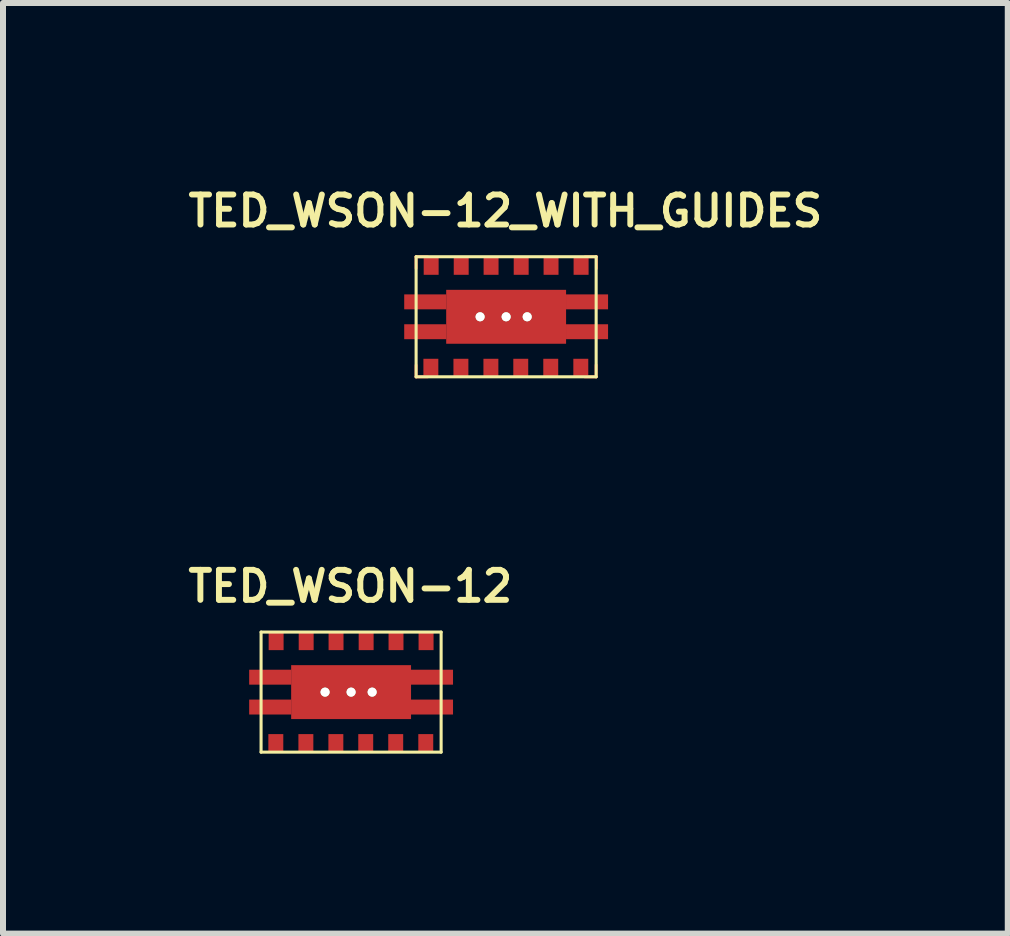
<source format=kicad_pcb>
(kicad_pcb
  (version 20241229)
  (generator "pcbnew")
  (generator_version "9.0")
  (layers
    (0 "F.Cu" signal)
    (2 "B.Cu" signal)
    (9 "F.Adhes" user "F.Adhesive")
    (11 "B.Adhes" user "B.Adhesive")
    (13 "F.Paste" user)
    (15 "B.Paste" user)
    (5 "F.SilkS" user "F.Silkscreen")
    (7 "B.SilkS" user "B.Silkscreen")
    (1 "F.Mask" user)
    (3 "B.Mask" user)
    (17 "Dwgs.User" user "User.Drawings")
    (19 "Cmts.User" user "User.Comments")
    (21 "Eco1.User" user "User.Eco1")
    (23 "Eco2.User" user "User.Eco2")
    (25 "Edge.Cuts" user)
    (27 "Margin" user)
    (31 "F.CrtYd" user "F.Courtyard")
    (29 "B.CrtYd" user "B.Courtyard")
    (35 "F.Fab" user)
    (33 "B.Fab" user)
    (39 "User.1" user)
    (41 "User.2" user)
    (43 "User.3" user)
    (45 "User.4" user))
  (footprint "TED_WSON-12"
    (layer "F.Cu")
    (at 2.804 8.49)
    (property "Reference" "TED_WSON-12" (at -0.013 -1.765 0) (layer "F.SilkS") (effects (font (size 0.5 0.5) (thickness 0.099))))
    (attr through_hole)
    (fp_line (start -1.501 -1.001) (end 1.501 -1.001) (stroke (width 0.051) (type solid)) (layer "F.SilkS"))
    (fp_line (start -1.501 1.001) (end -1.501 -1.001) (stroke (width 0.051) (type solid)) (layer "F.SilkS"))
    (fp_line (start 1.501 -1.001) (end 1.501 1.001) (stroke (width 0.051) (type solid)) (layer "F.SilkS"))
    (fp_line (start 1.501 1.001) (end -1.501 1.001) (stroke (width 0.051) (type solid)) (layer "F.SilkS"))
    (pad "" smd rect (at -1.43 -0.249) (size 0.599 0.249) (layers "F.Paste"))
    (pad "" smd rect (at -1.43 0.249) (size 0.599 0.249) (layers "F.Paste"))
    (pad "" smd rect (at 0.005 -0.013 180) (size 1.6 0.701) (layers "F.Paste"))
    (pad "" smd rect (at 1.425 0.249) (size 0.599 0.249) (layers "F.Paste"))
    (pad "" smd rect (at 1.427 -0.249) (size 0.599 0.249) (layers "F.Paste"))
    (pad "1" smd rect (at -1.25 -0.85 180) (size 0.249 0.3) (layers "F.Cu" "F.Mask" "F.Paste"))
    (pad "2" smd rect (at -0.749 -0.85 180) (size 0.249 0.3) (layers "F.Cu" "F.Mask" "F.Paste"))
    (pad "3" smd rect (at -0.251 -0.85 180) (size 0.249 0.3) (layers "F.Cu" "F.Mask" "F.Paste"))
    (pad "4" smd rect (at 0.251 -0.85 180) (size 0.249 0.3) (layers "F.Cu" "F.Mask" "F.Paste"))
    (pad "5" smd rect (at 0.749 -0.85 180) (size 0.249 0.3) (layers "F.Cu" "F.Mask" "F.Paste"))
    (pad "6" smd rect (at 1.25 -0.85 180) (size 0.25 0.3) (layers "F.Cu" "F.Mask" "F.Paste"))
    (pad "7" smd rect (at 1.245 0.85 180) (size 0.249 0.3) (layers "F.Cu" "F.Mask" "F.Paste"))
    (pad "8" smd rect (at 0.744 0.85 180) (size 0.249 0.3) (layers "F.Cu" "F.Mask" "F.Paste"))
    (pad "9" smd rect (at 0.244 0.85 180) (size 0.249 0.3) (layers "F.Cu" "F.Mask" "F.Paste"))
    (pad "10" smd rect (at -0.254 0.85 180) (size 0.249 0.3) (layers "F.Cu" "F.Mask" "F.Paste"))
    (pad "11" smd rect (at -0.754 0.85 180) (size 0.249 0.3) (layers "F.Cu" "F.Mask" "F.Paste"))
    (pad "12" smd rect (at -1.255 0.85 180) (size 0.249 0.3) (layers "F.Cu" "F.Mask" "F.Paste"))
    (pad "GNDP" smd rect (at -1.349 -0.249 180) (size 0.701 0.249) (layers "F.Cu" "F.Mask"))
    (pad "GNDP" smd rect (at -1.349 0.249 180) (size 0.701 0.249) (layers "F.Cu" "F.Mask"))
    (pad "GNDP" smd rect (at 0 0 180) (size 1.999 0.899) (layers "F.Cu"))
    (pad "GNDP" smd rect (at 1.349 -0.249 180) (size 0.701 0.249) (layers "F.Cu" "F.Mask"))
    (pad "GNDP" smd rect (at 1.349 0.249 180) (size 0.701 0.249) (layers "F.Cu" "F.Mask"))
    (pad "HOLE" thru_hole circle (at -0.434 0 180) (size 0.15 0.15) (drill 0.15) (layers "*.Cu" "F.SilkS"))
    (pad "HOLE" thru_hole circle (at 0 0 180) (size 0.15 0.15) (drill 0.15) (layers "*.Cu" "F.SilkS"))
    (pad "HOLE" thru_hole circle (at 0.351 0 180) (size 0.15 0.15) (drill 0.15) (layers "*.Cu" "F.SilkS")))
  (footprint "TED_WSON-12_WITH_GUIDES"
    (layer "F.Cu")
    (at 5.389 2.232)
    (property "Reference" "TED_WSON-12_WITH_GUIDES" (at -0.013 -1.765 0) (layer "F.SilkS") (effects (font (size 0.5 0.5) (thickness 0.099))))
    (attr through_hole)
    (fp_line (start -1.501 -0.808) (end -1.501 -1.001) (stroke (width 0.051) (type solid)) (layer "F.Cu"))
    (fp_line (start -1.501 1.001) (end -1.501 0.808) (stroke (width 0.051) (type solid)) (layer "F.Cu"))
    (fp_line (start -1.313 -1.001) (end -1.501 -1.001) (stroke (width 0.051) (type solid)) (layer "F.Cu"))
    (fp_line (start -1.311 1.001) (end -1.499 1.001) (stroke (width 0.051) (type solid)) (layer "F.Cu"))
    (fp_line (start 1.501 0.998) (end 1.501 0.805) (stroke (width 0.051) (type solid)) (layer "F.Cu"))
    (fp_line (start 1.501 1.001) (end 1.313 1.001) (stroke (width 0.051) (type solid)) (layer "F.Cu"))
    (fp_line (start 1.506 -1.001) (end 1.318 -1.001) (stroke (width 0.051) (type solid)) (layer "F.Cu"))
    (fp_line (start 1.506 -0.808) (end 1.506 -1.001) (stroke (width 0.051) (type solid)) (layer "F.Cu"))
    (fp_line (start -1.501 -1.001) (end 1.501 -1.001) (stroke (width 0.051) (type solid)) (layer "F.SilkS"))
    (fp_line (start -1.501 1.001) (end -1.501 -1.001) (stroke (width 0.051) (type solid)) (layer "F.SilkS"))
    (fp_line (start 1.501 -1.001) (end 1.501 1.001) (stroke (width 0.051) (type solid)) (layer "F.SilkS"))
    (fp_line (start 1.501 1.001) (end -1.501 1.001) (stroke (width 0.051) (type solid)) (layer "F.SilkS"))
    (pad "" smd rect (at -1.43 -0.249) (size 0.599 0.249) (layers "F.Paste"))
    (pad "" smd rect (at -1.43 0.249) (size 0.599 0.249) (layers "F.Paste"))
    (pad "" smd rect (at 0.005 -0.013 180) (size 1.6 0.701) (layers "F.Paste"))
    (pad "" smd rect (at 1.425 0.249) (size 0.599 0.249) (layers "F.Paste"))
    (pad "" smd rect (at 1.427 -0.249) (size 0.599 0.249) (layers "F.Paste"))
    (pad "1" smd rect (at -1.25 -0.85 180) (size 0.249 0.3) (layers "F.Cu" "F.Mask" "F.Paste"))
    (pad "2" smd rect (at -0.749 -0.85 180) (size 0.249 0.3) (layers "F.Cu" "F.Mask" "F.Paste"))
    (pad "3" smd rect (at -0.251 -0.85 180) (size 0.249 0.3) (layers "F.Cu" "F.Mask" "F.Paste"))
    (pad "4" smd rect (at 0.251 -0.85 180) (size 0.249 0.3) (layers "F.Cu" "F.Mask" "F.Paste"))
    (pad "5" smd rect (at 0.749 -0.85 180) (size 0.249 0.3) (layers "F.Cu" "F.Mask" "F.Paste"))
    (pad "6" smd rect (at 1.25 -0.85 180) (size 0.25 0.3) (layers "F.Cu" "F.Mask" "F.Paste"))
    (pad "7" smd rect (at 1.245 0.85 180) (size 0.249 0.3) (layers "F.Cu" "F.Mask" "F.Paste"))
    (pad "8" smd rect (at 0.744 0.85 180) (size 0.249 0.3) (layers "F.Cu" "F.Mask" "F.Paste"))
    (pad "9" smd rect (at 0.244 0.85 180) (size 0.249 0.3) (layers "F.Cu" "F.Mask" "F.Paste"))
    (pad "10" smd rect (at -0.254 0.85 180) (size 0.249 0.3) (layers "F.Cu" "F.Mask" "F.Paste"))
    (pad "11" smd rect (at -0.754 0.85 180) (size 0.249 0.3) (layers "F.Cu" "F.Mask" "F.Paste"))
    (pad "12" smd rect (at -1.255 0.85 180) (size 0.249 0.3) (layers "F.Cu" "F.Mask" "F.Paste"))
    (pad "GNDP" smd rect (at -1.349 -0.249 180) (size 0.701 0.249) (layers "F.Cu" "F.Mask"))
    (pad "GNDP" smd rect (at -1.349 0.249 180) (size 0.701 0.249) (layers "F.Cu" "F.Mask"))
    (pad "GNDP" smd rect (at 0 0 180) (size 1.999 0.899) (layers "F.Cu"))
    (pad "GNDP" smd rect (at 1.349 -0.249 180) (size 0.701 0.249) (layers "F.Cu" "F.Mask"))
    (pad "GNDP" smd rect (at 1.349 0.249 180) (size 0.701 0.249) (layers "F.Cu" "F.Mask"))
    (pad "HOLE" thru_hole circle (at -0.434 0 180) (size 0.15 0.15) (drill 0.15) (layers "*.Cu" "F.SilkS"))
    (pad "HOLE" thru_hole circle (at 0 0 180) (size 0.15 0.15) (drill 0.15) (layers "*.Cu" "F.SilkS"))
    (pad "HOLE" thru_hole circle (at 0.351 0 180) (size 0.15 0.15) (drill 0.15) (layers "*.Cu" "F.SilkS")))
  (gr_rect
    (start -3 -3)
    (end 13.753 12.516)
    (stroke (width 0.1) (type default))
    (fill no)
    (layer "Edge.Cuts")))
</source>
